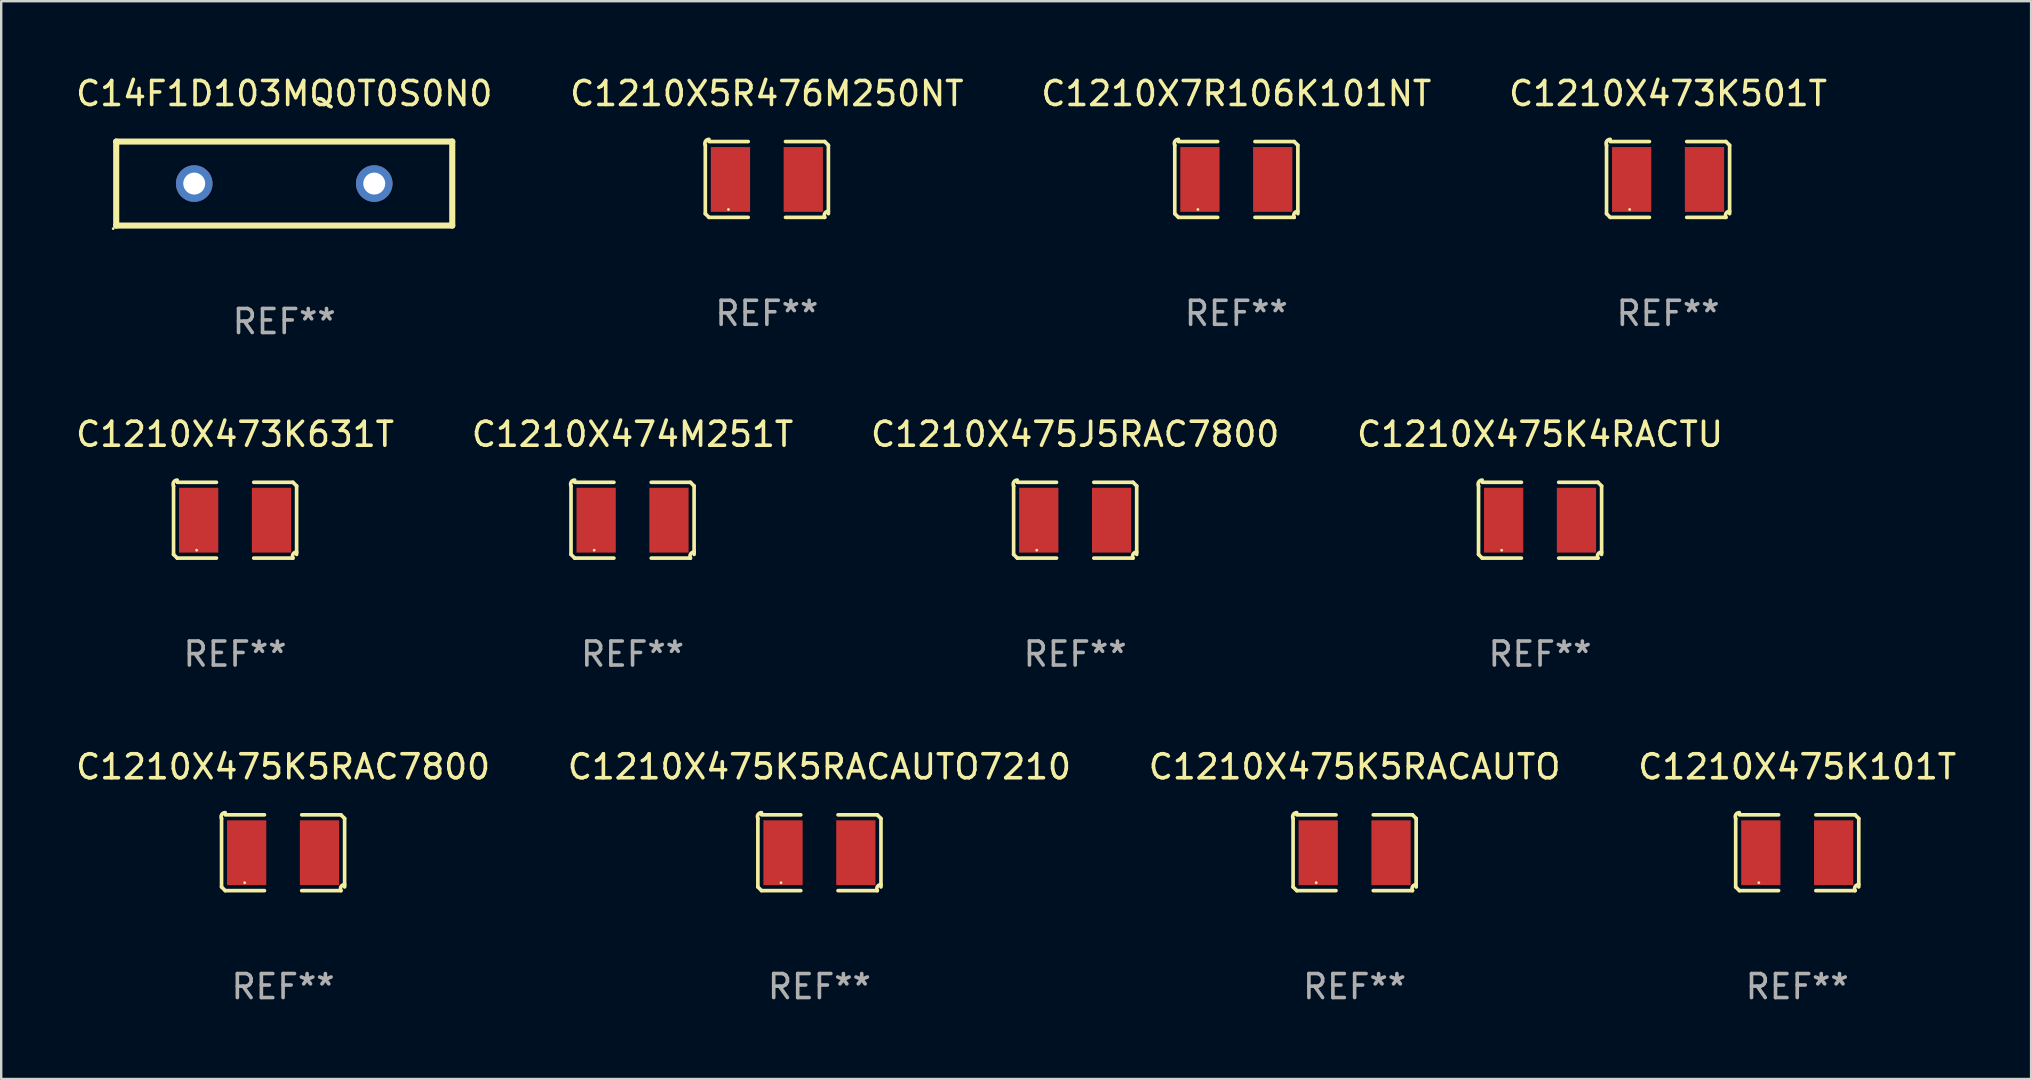
<source format=kicad_pcb>
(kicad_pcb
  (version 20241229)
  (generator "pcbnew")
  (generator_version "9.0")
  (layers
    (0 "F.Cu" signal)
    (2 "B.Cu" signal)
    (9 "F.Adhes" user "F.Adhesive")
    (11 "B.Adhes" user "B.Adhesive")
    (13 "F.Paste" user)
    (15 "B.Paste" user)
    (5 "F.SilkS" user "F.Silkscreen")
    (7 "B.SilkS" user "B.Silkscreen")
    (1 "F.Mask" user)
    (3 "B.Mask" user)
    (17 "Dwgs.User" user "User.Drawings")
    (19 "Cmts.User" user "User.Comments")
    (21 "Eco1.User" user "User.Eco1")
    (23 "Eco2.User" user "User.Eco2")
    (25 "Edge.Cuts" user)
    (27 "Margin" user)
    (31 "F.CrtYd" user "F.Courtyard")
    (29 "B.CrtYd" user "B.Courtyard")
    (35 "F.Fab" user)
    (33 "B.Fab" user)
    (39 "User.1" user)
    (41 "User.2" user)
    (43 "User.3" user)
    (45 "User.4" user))
  (footprint "C14F1D103MQ0T0S0N0"
    (layer "F.Cu")
    (at 8.792 4.598)
    (property "Reference" "C14F1D103MQ0T0S0N0" (at 0 -3.75 0) (layer "F.SilkS") (effects (font (size 1 1) (thickness 0.15))))
    (attr through_hole)
    (fp_line (start -7 -1.75) (end -7 1.75) (stroke (width 0.254) (type solid)) (layer "F.SilkS"))
    (fp_line (start -7 -1.75) (end 7 -1.75) (stroke (width 0.254) (type solid)) (layer "F.SilkS"))
    (fp_line (start -7 1.75) (end 7 1.75) (stroke (width 0.254) (type solid)) (layer "F.SilkS"))
    (fp_line (start 7 -1.75) (end 7 1.75) (stroke (width 0.254) (type solid)) (layer "F.SilkS"))
    (fp_circle (center -7.127 1.877) (end -7.097 1.877) (stroke (width 0.06) (type solid)) (fill no) (layer "F.SilkS"))
    (fp_text user "REF**" (at 0 5.75 0) (layer "F.Fab") (effects (font (size 1 1) (thickness 0.15))))
    (pad "1" thru_hole circle (at -3.75 0.000025) (size 1.524 1.524) (drill 0.914) (layers "*.Cu" "*.Mask"))
    (pad "2" thru_hole circle (at 3.75 0.000025) (size 1.524 1.524) (drill 0.914) (layers "*.Cu" "*.Mask")))
  (footprint "C1210X473K631T"
    (layer "F.Cu")
    (at 6.744 18.623)
    (property "Reference" "C1210X473K631T" (at 0 -3.579 0) (layer "F.SilkS") (effects (font (size 1 1) (thickness 0.15))))
    (attr through_hole)
    (fp_line (start -2.564 1.426) (end -2.564 -1.426) (stroke (width 0.152) (type solid)) (layer "F.SilkS"))
    (fp_line (start -2.411 -1.579) (end -0.776 -1.579) (stroke (width 0.152) (type solid)) (layer "F.SilkS"))
    (fp_line (start -0.776 1.579) (end -2.411 1.579) (stroke (width 0.152) (type solid)) (layer "F.SilkS"))
    (fp_line (start 0.776 1.579) (end 2.411 1.579) (stroke (width 0.152) (type solid)) (layer "F.SilkS"))
    (fp_line (start 2.411 -1.579) (end 0.776 -1.579) (stroke (width 0.152) (type solid)) (layer "F.SilkS"))
    (fp_line (start 2.564 1.426) (end 2.564 -1.426) (stroke (width 0.152) (type solid)) (layer "F.SilkS"))
    (fp_arc (start -2.563602 -1.426213) (mid -2.555597 -1.591233) (end -2.411201 -1.671518) (stroke (width 0.1524) (type solid)) (layer "F.SilkS"))
    (fp_arc (start -2.5636 1.426214) (mid -2.487389 1.502402) (end -2.411201 1.578613) (stroke (width 0.1524) (type solid)) (layer "F.SilkS"))
    (fp_arc (start 2.411197 -1.578618) (mid 2.487403 -1.502419) (end 2.563602 -1.426213) (stroke (width 0.1524) (type solid)) (layer "F.SilkS"))
    (fp_arc (start 2.411201 1.578613) (mid 2.416214 1.409455) (end 2.563602 1.32629) (stroke (width 0.1524) (type solid)) (layer "F.SilkS"))
    (fp_circle (center -1.6 1.25) (end -1.57 1.25) (stroke (width 0.06) (type solid)) (fill no) (layer "F.SilkS"))
    (fp_text user "REF**" (at 0 5.579 0) (layer "F.Fab") (effects (font (size 1 1) (thickness 0.15))))
    (pad "1" smd rect (at -1.517 0) (size 1.635 2.7) (layers "F.Cu" "F.Mask" "F.Paste"))
    (pad "2" smd rect (at 1.517 0) (size 1.635 2.7) (layers "F.Cu" "F.Mask" "F.Paste")))
  (footprint "C1210X475K4RACTU"
    (layer "F.Cu")
    (at 61.113 18.623)
    (property "Reference" "C1210X475K4RACTU" (at 0 -3.579 0) (layer "F.SilkS") (effects (font (size 1 1) (thickness 0.15))))
    (attr through_hole)
    (fp_line (start -2.564 1.426) (end -2.564 -1.426) (stroke (width 0.152) (type solid)) (layer "F.SilkS"))
    (fp_line (start -2.411 -1.579) (end -0.776 -1.579) (stroke (width 0.152) (type solid)) (layer "F.SilkS"))
    (fp_line (start -0.776 1.579) (end -2.411 1.579) (stroke (width 0.152) (type solid)) (layer "F.SilkS"))
    (fp_line (start 0.776 1.579) (end 2.411 1.579) (stroke (width 0.152) (type solid)) (layer "F.SilkS"))
    (fp_line (start 2.411 -1.579) (end 0.776 -1.579) (stroke (width 0.152) (type solid)) (layer "F.SilkS"))
    (fp_line (start 2.564 1.426) (end 2.564 -1.426) (stroke (width 0.152) (type solid)) (layer "F.SilkS"))
    (fp_arc (start -2.563602 -1.426213) (mid -2.555597 -1.591233) (end -2.411201 -1.671518) (stroke (width 0.1524) (type solid)) (layer "F.SilkS"))
    (fp_arc (start -2.5636 1.426214) (mid -2.487389 1.502402) (end -2.411201 1.578613) (stroke (width 0.1524) (type solid)) (layer "F.SilkS"))
    (fp_arc (start 2.411197 -1.578618) (mid 2.487403 -1.502419) (end 2.563602 -1.426213) (stroke (width 0.1524) (type solid)) (layer "F.SilkS"))
    (fp_arc (start 2.411201 1.578613) (mid 2.416214 1.409455) (end 2.563602 1.32629) (stroke (width 0.1524) (type solid)) (layer "F.SilkS"))
    (fp_circle (center -1.6 1.25) (end -1.57 1.25) (stroke (width 0.06) (type solid)) (fill no) (layer "F.SilkS"))
    (fp_text user "REF**" (at 0 5.579 0) (layer "F.Fab") (effects (font (size 1 1) (thickness 0.15))))
    (pad "1" smd rect (at -1.517 0) (size 1.635 2.7) (layers "F.Cu" "F.Mask" "F.Paste"))
    (pad "2" smd rect (at 1.517 0) (size 1.635 2.7) (layers "F.Cu" "F.Mask" "F.Paste")))
  (footprint "C1210X475K5RAC7800"
    (layer "F.Cu")
    (at 8.744 32.477)
    (property "Reference" "C1210X475K5RAC7800" (at 0 -3.579 0) (layer "F.SilkS") (effects (font (size 1 1) (thickness 0.15))))
    (attr through_hole)
    (fp_line (start -2.564 1.426) (end -2.564 -1.426) (stroke (width 0.152) (type solid)) (layer "F.SilkS"))
    (fp_line (start -2.411 -1.579) (end -0.776 -1.579) (stroke (width 0.152) (type solid)) (layer "F.SilkS"))
    (fp_line (start -0.776 1.579) (end -2.411 1.579) (stroke (width 0.152) (type solid)) (layer "F.SilkS"))
    (fp_line (start 0.776 1.579) (end 2.411 1.579) (stroke (width 0.152) (type solid)) (layer "F.SilkS"))
    (fp_line (start 2.411 -1.579) (end 0.776 -1.579) (stroke (width 0.152) (type solid)) (layer "F.SilkS"))
    (fp_line (start 2.564 1.426) (end 2.564 -1.426) (stroke (width 0.152) (type solid)) (layer "F.SilkS"))
    (fp_arc (start -2.563602 -1.426213) (mid -2.555597 -1.591233) (end -2.411201 -1.671518) (stroke (width 0.1524) (type solid)) (layer "F.SilkS"))
    (fp_arc (start -2.5636 1.426214) (mid -2.487389 1.502402) (end -2.411201 1.578613) (stroke (width 0.1524) (type solid)) (layer "F.SilkS"))
    (fp_arc (start 2.411197 -1.578618) (mid 2.487403 -1.502419) (end 2.563602 -1.426213) (stroke (width 0.1524) (type solid)) (layer "F.SilkS"))
    (fp_arc (start 2.411201 1.578613) (mid 2.416214 1.409455) (end 2.563602 1.32629) (stroke (width 0.1524) (type solid)) (layer "F.SilkS"))
    (fp_circle (center -1.6 1.25) (end -1.57 1.25) (stroke (width 0.06) (type solid)) (fill no) (layer "F.SilkS"))
    (fp_text user "REF**" (at 0 5.579 0) (layer "F.Fab") (effects (font (size 1 1) (thickness 0.15))))
    (pad "1" smd rect (at -1.517 0) (size 1.635 2.7) (layers "F.Cu" "F.Mask" "F.Paste"))
    (pad "2" smd rect (at 1.517 0) (size 1.635 2.7) (layers "F.Cu" "F.Mask" "F.Paste")))
  (footprint "C1210X5R476M250NT"
    (layer "F.Cu")
    (at 28.899 4.427)
    (property "Reference" "C1210X5R476M250NT" (at 0 -3.579 0) (layer "F.SilkS") (effects (font (size 1 1) (thickness 0.15))))
    (attr through_hole)
    (fp_line (start -2.564 1.426) (end -2.564 -1.426) (stroke (width 0.152) (type solid)) (layer "F.SilkS"))
    (fp_line (start -2.411 -1.579) (end -0.776 -1.579) (stroke (width 0.152) (type solid)) (layer "F.SilkS"))
    (fp_line (start -0.776 1.579) (end -2.411 1.579) (stroke (width 0.152) (type solid)) (layer "F.SilkS"))
    (fp_line (start 0.776 1.579) (end 2.411 1.579) (stroke (width 0.152) (type solid)) (layer "F.SilkS"))
    (fp_line (start 2.411 -1.579) (end 0.776 -1.579) (stroke (width 0.152) (type solid)) (layer "F.SilkS"))
    (fp_line (start 2.564 1.426) (end 2.564 -1.426) (stroke (width 0.152) (type solid)) (layer "F.SilkS"))
    (fp_arc (start -2.563602 -1.426213) (mid -2.555597 -1.591233) (end -2.411201 -1.671518) (stroke (width 0.1524) (type solid)) (layer "F.SilkS"))
    (fp_arc (start -2.5636 1.426214) (mid -2.487389 1.502402) (end -2.411201 1.578613) (stroke (width 0.1524) (type solid)) (layer "F.SilkS"))
    (fp_arc (start 2.411197 -1.578618) (mid 2.487403 -1.502419) (end 2.563602 -1.426213) (stroke (width 0.1524) (type solid)) (layer "F.SilkS"))
    (fp_arc (start 2.411201 1.578613) (mid 2.416214 1.409455) (end 2.563602 1.32629) (stroke (width 0.1524) (type solid)) (layer "F.SilkS"))
    (fp_circle (center -1.6 1.25) (end -1.57 1.25) (stroke (width 0.06) (type solid)) (fill no) (layer "F.SilkS"))
    (fp_text user "REF**" (at 0 5.579 0) (layer "F.Fab") (effects (font (size 1 1) (thickness 0.15))))
    (pad "1" smd rect (at -1.517 0) (size 1.635 2.7) (layers "F.Cu" "F.Mask" "F.Paste"))
    (pad "2" smd rect (at 1.517 0) (size 1.635 2.7) (layers "F.Cu" "F.Mask" "F.Paste")))
  (footprint "C1210X475K5RACAUTO7210"
    (layer "F.Cu")
    (at 31.089 32.477)
    (property "Reference" "C1210X475K5RACAUTO7210" (at 0 -3.579 0) (layer "F.SilkS") (effects (font (size 1 1) (thickness 0.15))))
    (attr through_hole)
    (fp_line (start -2.564 1.426) (end -2.564 -1.426) (stroke (width 0.152) (type solid)) (layer "F.SilkS"))
    (fp_line (start -2.411 -1.579) (end -0.776 -1.579) (stroke (width 0.152) (type solid)) (layer "F.SilkS"))
    (fp_line (start -0.776 1.579) (end -2.411 1.579) (stroke (width 0.152) (type solid)) (layer "F.SilkS"))
    (fp_line (start 0.776 1.579) (end 2.411 1.579) (stroke (width 0.152) (type solid)) (layer "F.SilkS"))
    (fp_line (start 2.411 -1.579) (end 0.776 -1.579) (stroke (width 0.152) (type solid)) (layer "F.SilkS"))
    (fp_line (start 2.564 1.426) (end 2.564 -1.426) (stroke (width 0.152) (type solid)) (layer "F.SilkS"))
    (fp_arc (start -2.563602 -1.426213) (mid -2.555597 -1.591233) (end -2.411201 -1.671518) (stroke (width 0.1524) (type solid)) (layer "F.SilkS"))
    (fp_arc (start -2.5636 1.426214) (mid -2.487389 1.502402) (end -2.411201 1.578613) (stroke (width 0.1524) (type solid)) (layer "F.SilkS"))
    (fp_arc (start 2.411197 -1.578618) (mid 2.487403 -1.502419) (end 2.563602 -1.426213) (stroke (width 0.1524) (type solid)) (layer "F.SilkS"))
    (fp_arc (start 2.411201 1.578613) (mid 2.416214 1.409455) (end 2.563602 1.32629) (stroke (width 0.1524) (type solid)) (layer "F.SilkS"))
    (fp_circle (center -1.6 1.25) (end -1.57 1.25) (stroke (width 0.06) (type solid)) (fill no) (layer "F.SilkS"))
    (fp_text user "REF**" (at 0 5.579 0) (layer "F.Fab") (effects (font (size 1 1) (thickness 0.15))))
    (pad "1" smd rect (at -1.517 0) (size 1.635 2.7) (layers "F.Cu" "F.Mask" "F.Paste"))
    (pad "2" smd rect (at 1.517 0) (size 1.635 2.7) (layers "F.Cu" "F.Mask" "F.Paste")))
  (footprint "C1210X475J5RAC7800"
    (layer "F.Cu")
    (at 41.744 18.623)
    (property "Reference" "C1210X475J5RAC7800" (at 0 -3.579 0) (layer "F.SilkS") (effects (font (size 1 1) (thickness 0.15))))
    (attr through_hole)
    (fp_line (start -2.564 1.426) (end -2.564 -1.426) (stroke (width 0.152) (type solid)) (layer "F.SilkS"))
    (fp_line (start -2.411 -1.579) (end -0.776 -1.579) (stroke (width 0.152) (type solid)) (layer "F.SilkS"))
    (fp_line (start -0.776 1.579) (end -2.411 1.579) (stroke (width 0.152) (type solid)) (layer "F.SilkS"))
    (fp_line (start 0.776 1.579) (end 2.411 1.579) (stroke (width 0.152) (type solid)) (layer "F.SilkS"))
    (fp_line (start 2.411 -1.579) (end 0.776 -1.579) (stroke (width 0.152) (type solid)) (layer "F.SilkS"))
    (fp_line (start 2.564 1.426) (end 2.564 -1.426) (stroke (width 0.152) (type solid)) (layer "F.SilkS"))
    (fp_arc (start -2.563602 -1.426213) (mid -2.555597 -1.591233) (end -2.411201 -1.671518) (stroke (width 0.1524) (type solid)) (layer "F.SilkS"))
    (fp_arc (start -2.5636 1.426214) (mid -2.487389 1.502402) (end -2.411201 1.578613) (stroke (width 0.1524) (type solid)) (layer "F.SilkS"))
    (fp_arc (start 2.411197 -1.578618) (mid 2.487403 -1.502419) (end 2.563602 -1.426213) (stroke (width 0.1524) (type solid)) (layer "F.SilkS"))
    (fp_arc (start 2.411201 1.578613) (mid 2.416214 1.409455) (end 2.563602 1.32629) (stroke (width 0.1524) (type solid)) (layer "F.SilkS"))
    (fp_circle (center -1.6 1.25) (end -1.57 1.25) (stroke (width 0.06) (type solid)) (fill no) (layer "F.SilkS"))
    (fp_text user "REF**" (at 0 5.579 0) (layer "F.Fab") (effects (font (size 1 1) (thickness 0.15))))
    (pad "1" smd rect (at -1.517 0) (size 1.635 2.7) (layers "F.Cu" "F.Mask" "F.Paste"))
    (pad "2" smd rect (at 1.517 0) (size 1.635 2.7) (layers "F.Cu" "F.Mask" "F.Paste")))
  (footprint "C1210X473K501T"
    (layer "F.Cu")
    (at 66.446 4.427)
    (property "Reference" "C1210X473K501T" (at 0 -3.579 0) (layer "F.SilkS") (effects (font (size 1 1) (thickness 0.15))))
    (attr through_hole)
    (fp_line (start -2.564 1.426) (end -2.564 -1.426) (stroke (width 0.152) (type solid)) (layer "F.SilkS"))
    (fp_line (start -2.411 -1.579) (end -0.776 -1.579) (stroke (width 0.152) (type solid)) (layer "F.SilkS"))
    (fp_line (start -0.776 1.579) (end -2.411 1.579) (stroke (width 0.152) (type solid)) (layer "F.SilkS"))
    (fp_line (start 0.776 1.579) (end 2.411 1.579) (stroke (width 0.152) (type solid)) (layer "F.SilkS"))
    (fp_line (start 2.411 -1.579) (end 0.776 -1.579) (stroke (width 0.152) (type solid)) (layer "F.SilkS"))
    (fp_line (start 2.564 1.426) (end 2.564 -1.426) (stroke (width 0.152) (type solid)) (layer "F.SilkS"))
    (fp_arc (start -2.563602 -1.426213) (mid -2.555597 -1.591233) (end -2.411201 -1.671518) (stroke (width 0.1524) (type solid)) (layer "F.SilkS"))
    (fp_arc (start -2.5636 1.426214) (mid -2.487389 1.502402) (end -2.411201 1.578613) (stroke (width 0.1524) (type solid)) (layer "F.SilkS"))
    (fp_arc (start 2.411197 -1.578618) (mid 2.487403 -1.502419) (end 2.563602 -1.426213) (stroke (width 0.1524) (type solid)) (layer "F.SilkS"))
    (fp_arc (start 2.411201 1.578613) (mid 2.416214 1.409455) (end 2.563602 1.32629) (stroke (width 0.1524) (type solid)) (layer "F.SilkS"))
    (fp_circle (center -1.6 1.25) (end -1.57 1.25) (stroke (width 0.06) (type solid)) (fill no) (layer "F.SilkS"))
    (fp_text user "REF**" (at 0 5.579 0) (layer "F.Fab") (effects (font (size 1 1) (thickness 0.15))))
    (pad "1" smd rect (at -1.517 0) (size 1.635 2.7) (layers "F.Cu" "F.Mask" "F.Paste"))
    (pad "2" smd rect (at 1.517 0) (size 1.635 2.7) (layers "F.Cu" "F.Mask" "F.Paste")))
  (footprint "C1210X475K101T"
    (layer "F.Cu")
    (at 71.827 32.477)
    (property "Reference" "C1210X475K101T" (at 0 -3.579 0) (layer "F.SilkS") (effects (font (size 1 1) (thickness 0.15))))
    (attr through_hole)
    (fp_line (start -2.564 1.426) (end -2.564 -1.426) (stroke (width 0.152) (type solid)) (layer "F.SilkS"))
    (fp_line (start -2.411 -1.579) (end -0.776 -1.579) (stroke (width 0.152) (type solid)) (layer "F.SilkS"))
    (fp_line (start -0.776 1.579) (end -2.411 1.579) (stroke (width 0.152) (type solid)) (layer "F.SilkS"))
    (fp_line (start 0.776 1.579) (end 2.411 1.579) (stroke (width 0.152) (type solid)) (layer "F.SilkS"))
    (fp_line (start 2.411 -1.579) (end 0.776 -1.579) (stroke (width 0.152) (type solid)) (layer "F.SilkS"))
    (fp_line (start 2.564 1.426) (end 2.564 -1.426) (stroke (width 0.152) (type solid)) (layer "F.SilkS"))
    (fp_arc (start -2.563602 -1.426213) (mid -2.555597 -1.591233) (end -2.411201 -1.671518) (stroke (width 0.1524) (type solid)) (layer "F.SilkS"))
    (fp_arc (start -2.5636 1.426214) (mid -2.487389 1.502402) (end -2.411201 1.578613) (stroke (width 0.1524) (type solid)) (layer "F.SilkS"))
    (fp_arc (start 2.411197 -1.578618) (mid 2.487403 -1.502419) (end 2.563602 -1.426213) (stroke (width 0.1524) (type solid)) (layer "F.SilkS"))
    (fp_arc (start 2.411201 1.578613) (mid 2.416214 1.409455) (end 2.563602 1.32629) (stroke (width 0.1524) (type solid)) (layer "F.SilkS"))
    (fp_circle (center -1.6 1.25) (end -1.57 1.25) (stroke (width 0.06) (type solid)) (fill no) (layer "F.SilkS"))
    (fp_text user "REF**" (at 0 5.579 0) (layer "F.Fab") (effects (font (size 1 1) (thickness 0.15))))
    (pad "1" smd rect (at -1.517 0) (size 1.635 2.7) (layers "F.Cu" "F.Mask" "F.Paste"))
    (pad "2" smd rect (at 1.517 0) (size 1.635 2.7) (layers "F.Cu" "F.Mask" "F.Paste")))
  (footprint "C1210X474M251T"
    (layer "F.Cu")
    (at 23.304 18.623)
    (property "Reference" "C1210X474M251T" (at 0 -3.579 0) (layer "F.SilkS") (effects (font (size 1 1) (thickness 0.15))))
    (attr through_hole)
    (fp_line (start -2.564 1.426) (end -2.564 -1.426) (stroke (width 0.152) (type solid)) (layer "F.SilkS"))
    (fp_line (start -2.411 -1.579) (end -0.776 -1.579) (stroke (width 0.152) (type solid)) (layer "F.SilkS"))
    (fp_line (start -0.776 1.579) (end -2.411 1.579) (stroke (width 0.152) (type solid)) (layer "F.SilkS"))
    (fp_line (start 0.776 1.579) (end 2.411 1.579) (stroke (width 0.152) (type solid)) (layer "F.SilkS"))
    (fp_line (start 2.411 -1.579) (end 0.776 -1.579) (stroke (width 0.152) (type solid)) (layer "F.SilkS"))
    (fp_line (start 2.564 1.426) (end 2.564 -1.426) (stroke (width 0.152) (type solid)) (layer "F.SilkS"))
    (fp_arc (start -2.563602 -1.426213) (mid -2.555597 -1.591233) (end -2.411201 -1.671518) (stroke (width 0.1524) (type solid)) (layer "F.SilkS"))
    (fp_arc (start -2.5636 1.426214) (mid -2.487389 1.502402) (end -2.411201 1.578613) (stroke (width 0.1524) (type solid)) (layer "F.SilkS"))
    (fp_arc (start 2.411197 -1.578618) (mid 2.487403 -1.502419) (end 2.563602 -1.426213) (stroke (width 0.1524) (type solid)) (layer "F.SilkS"))
    (fp_arc (start 2.411201 1.578613) (mid 2.416214 1.409455) (end 2.563602 1.32629) (stroke (width 0.1524) (type solid)) (layer "F.SilkS"))
    (fp_circle (center -1.6 1.25) (end -1.57 1.25) (stroke (width 0.06) (type solid)) (fill no) (layer "F.SilkS"))
    (fp_text user "REF**" (at 0 5.579 0) (layer "F.Fab") (effects (font (size 1 1) (thickness 0.15))))
    (pad "1" smd rect (at -1.517 0) (size 1.635 2.7) (layers "F.Cu" "F.Mask" "F.Paste"))
    (pad "2" smd rect (at 1.517 0) (size 1.635 2.7) (layers "F.Cu" "F.Mask" "F.Paste")))
  (footprint "C1210X7R106K101NT"
    (layer "F.Cu")
    (at 48.458 4.427)
    (property "Reference" "C1210X7R106K101NT" (at 0 -3.579 0) (layer "F.SilkS") (effects (font (size 1 1) (thickness 0.15))))
    (attr through_hole)
    (fp_line (start -2.564 1.426) (end -2.564 -1.426) (stroke (width 0.152) (type solid)) (layer "F.SilkS"))
    (fp_line (start -2.411 -1.579) (end -0.776 -1.579) (stroke (width 0.152) (type solid)) (layer "F.SilkS"))
    (fp_line (start -0.776 1.579) (end -2.411 1.579) (stroke (width 0.152) (type solid)) (layer "F.SilkS"))
    (fp_line (start 0.776 1.579) (end 2.411 1.579) (stroke (width 0.152) (type solid)) (layer "F.SilkS"))
    (fp_line (start 2.411 -1.579) (end 0.776 -1.579) (stroke (width 0.152) (type solid)) (layer "F.SilkS"))
    (fp_line (start 2.564 1.426) (end 2.564 -1.426) (stroke (width 0.152) (type solid)) (layer "F.SilkS"))
    (fp_arc (start -2.563602 -1.426213) (mid -2.555597 -1.591233) (end -2.411201 -1.671518) (stroke (width 0.1524) (type solid)) (layer "F.SilkS"))
    (fp_arc (start -2.5636 1.426214) (mid -2.487389 1.502402) (end -2.411201 1.578613) (stroke (width 0.1524) (type solid)) (layer "F.SilkS"))
    (fp_arc (start 2.411197 -1.578618) (mid 2.487403 -1.502419) (end 2.563602 -1.426213) (stroke (width 0.1524) (type solid)) (layer "F.SilkS"))
    (fp_arc (start 2.411201 1.578613) (mid 2.416214 1.409455) (end 2.563602 1.32629) (stroke (width 0.1524) (type solid)) (layer "F.SilkS"))
    (fp_circle (center -1.6 1.25) (end -1.57 1.25) (stroke (width 0.06) (type solid)) (fill no) (layer "F.SilkS"))
    (fp_text user "REF**" (at 0 5.579 0) (layer "F.Fab") (effects (font (size 1 1) (thickness 0.15))))
    (pad "1" smd rect (at -1.517 0) (size 1.635 2.7) (layers "F.Cu" "F.Mask" "F.Paste"))
    (pad "2" smd rect (at 1.517 0) (size 1.635 2.7) (layers "F.Cu" "F.Mask" "F.Paste")))
  (footprint "C1210X475K5RACAUTO"
    (layer "F.Cu")
    (at 53.387 32.477)
    (property "Reference" "C1210X475K5RACAUTO" (at 0 -3.579 0) (layer "F.SilkS") (effects (font (size 1 1) (thickness 0.15))))
    (attr through_hole)
    (fp_line (start -2.564 1.426) (end -2.564 -1.426) (stroke (width 0.152) (type solid)) (layer "F.SilkS"))
    (fp_line (start -2.411 -1.579) (end -0.776 -1.579) (stroke (width 0.152) (type solid)) (layer "F.SilkS"))
    (fp_line (start -0.776 1.579) (end -2.411 1.579) (stroke (width 0.152) (type solid)) (layer "F.SilkS"))
    (fp_line (start 0.776 1.579) (end 2.411 1.579) (stroke (width 0.152) (type solid)) (layer "F.SilkS"))
    (fp_line (start 2.411 -1.579) (end 0.776 -1.579) (stroke (width 0.152) (type solid)) (layer "F.SilkS"))
    (fp_line (start 2.564 1.426) (end 2.564 -1.426) (stroke (width 0.152) (type solid)) (layer "F.SilkS"))
    (fp_arc (start -2.563602 -1.426213) (mid -2.555597 -1.591233) (end -2.411201 -1.671518) (stroke (width 0.1524) (type solid)) (layer "F.SilkS"))
    (fp_arc (start -2.5636 1.426214) (mid -2.487389 1.502402) (end -2.411201 1.578613) (stroke (width 0.1524) (type solid)) (layer "F.SilkS"))
    (fp_arc (start 2.411197 -1.578618) (mid 2.487403 -1.502419) (end 2.563602 -1.426213) (stroke (width 0.1524) (type solid)) (layer "F.SilkS"))
    (fp_arc (start 2.411201 1.578613) (mid 2.416214 1.409455) (end 2.563602 1.32629) (stroke (width 0.1524) (type solid)) (layer "F.SilkS"))
    (fp_circle (center -1.6 1.25) (end -1.57 1.25) (stroke (width 0.06) (type solid)) (fill no) (layer "F.SilkS"))
    (fp_text user "REF**" (at 0 5.579 0) (layer "F.Fab") (effects (font (size 1 1) (thickness 0.15))))
    (pad "1" smd rect (at -1.517 0) (size 1.635 2.7) (layers "F.Cu" "F.Mask" "F.Paste"))
    (pad "2" smd rect (at 1.517 0) (size 1.635 2.7) (layers "F.Cu" "F.Mask" "F.Paste")))
  (gr_rect
    (start -3 -3)
    (end 81.571 41.904)
    (stroke (width 0.1) (type default))
    (fill no)
    (layer "Edge.Cuts")))
</source>
